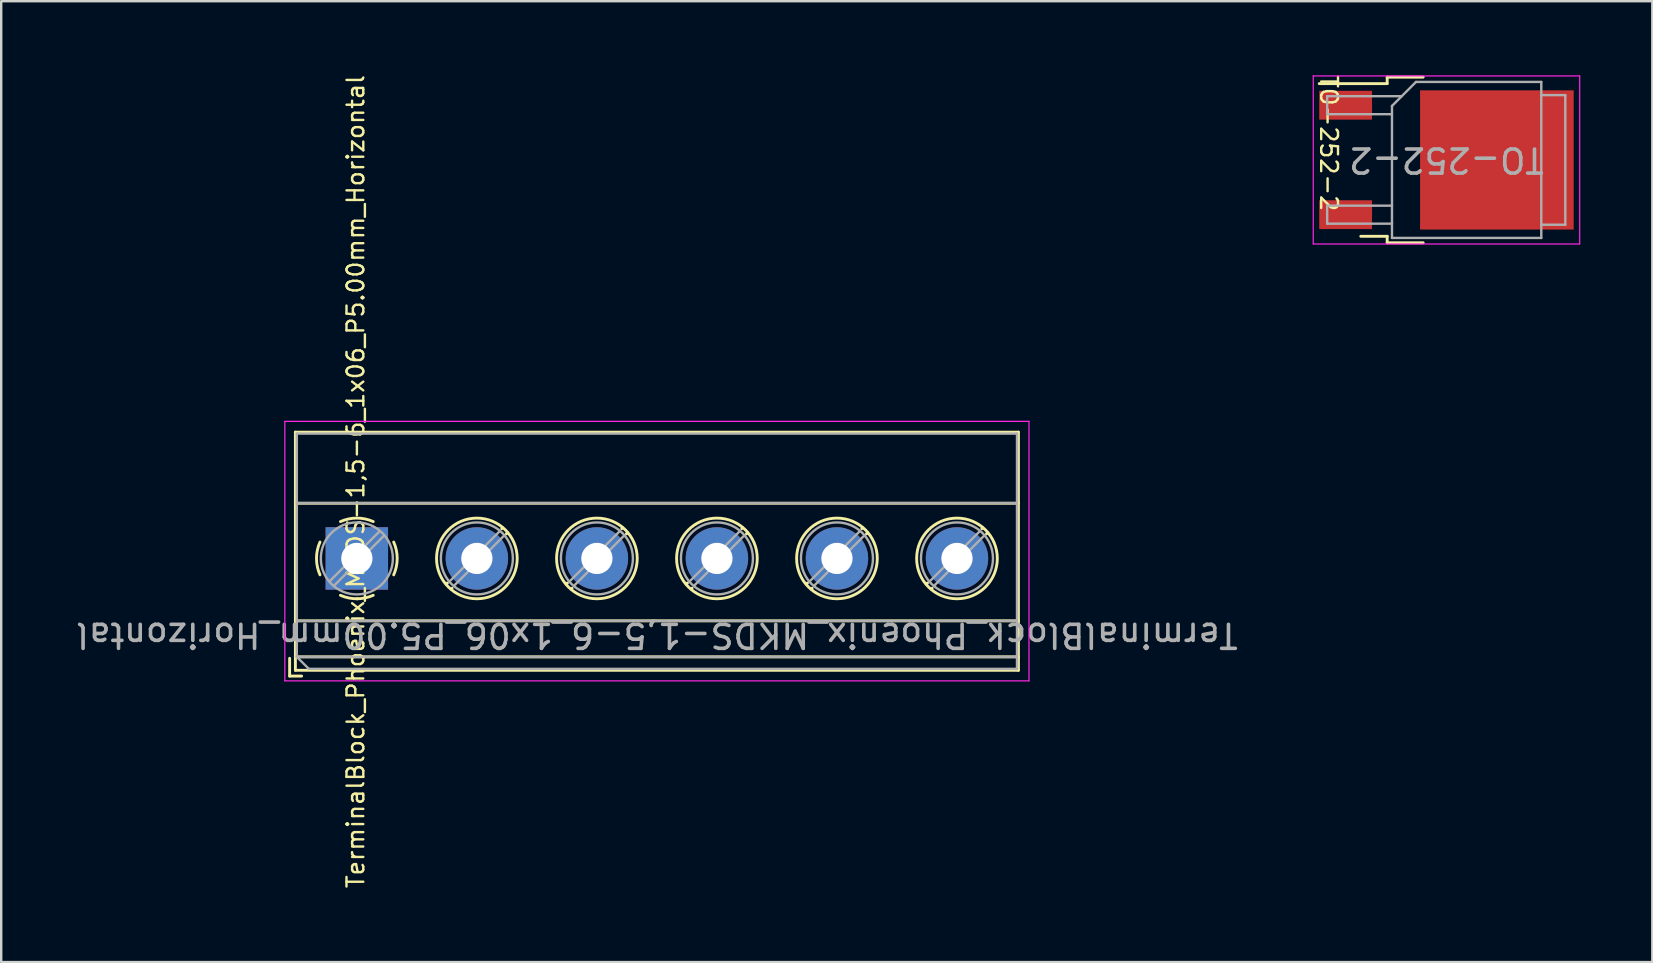
<source format=kicad_pcb>
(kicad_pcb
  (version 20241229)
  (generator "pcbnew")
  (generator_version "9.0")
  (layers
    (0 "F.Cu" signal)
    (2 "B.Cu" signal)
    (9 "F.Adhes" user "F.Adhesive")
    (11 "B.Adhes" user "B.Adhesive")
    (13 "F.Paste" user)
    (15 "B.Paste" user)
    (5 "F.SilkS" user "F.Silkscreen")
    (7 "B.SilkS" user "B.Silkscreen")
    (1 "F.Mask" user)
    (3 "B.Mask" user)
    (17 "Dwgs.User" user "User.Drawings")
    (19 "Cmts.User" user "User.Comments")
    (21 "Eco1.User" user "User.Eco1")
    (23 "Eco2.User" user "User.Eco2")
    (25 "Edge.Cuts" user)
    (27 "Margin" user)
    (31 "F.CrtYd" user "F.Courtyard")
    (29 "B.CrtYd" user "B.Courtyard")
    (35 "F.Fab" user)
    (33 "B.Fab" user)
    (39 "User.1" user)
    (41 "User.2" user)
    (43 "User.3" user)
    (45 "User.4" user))
  (footprint "TerminalBlock_Phoenix_MKDS-1,5-6_1x06_P5.00mm_Horizontal"
    (layer "F.Cu")
    (at 11.815 20.213)
    (property "Reference" "TerminalBlock_Phoenix_MKDS-1,5-6_1x06_P5.00mm_Horizontal" (at -0.05 -3.2 90) (unlocked yes) (layer "F.SilkS") (effects (font (size 0.7 0.7) (thickness 0.1))))
    (attr through_hole)
    (fp_line (start -2.8 4.16) (end -2.8 4.9) (stroke (width 0.12) (type solid)) (layer "F.SilkS"))
    (fp_line (start -2.8 4.9) (end -2.3 4.9) (stroke (width 0.12) (type solid)) (layer "F.SilkS"))
    (fp_line (start -2.56 -5.261) (end -2.56 4.66) (stroke (width 0.12) (type solid)) (layer "F.SilkS"))
    (fp_line (start -2.56 -5.261) (end 27.56 -5.261) (stroke (width 0.12) (type solid)) (layer "F.SilkS"))
    (fp_line (start -2.56 -2.301) (end 27.56 -2.301) (stroke (width 0.12) (type solid)) (layer "F.SilkS"))
    (fp_line (start -2.56 2.6) (end 27.56 2.6) (stroke (width 0.12) (type solid)) (layer "F.SilkS"))
    (fp_line (start -2.56 4.1) (end 27.56 4.1) (stroke (width 0.12) (type solid)) (layer "F.SilkS"))
    (fp_line (start -2.56 4.66) (end 27.56 4.66) (stroke (width 0.12) (type solid)) (layer "F.SilkS"))
    (fp_line (start 3.773 1.023) (end 3.726 1.069) (stroke (width 0.12) (type solid)) (layer "F.SilkS"))
    (fp_line (start 3.966 1.239) (end 3.931 1.274) (stroke (width 0.12) (type solid)) (layer "F.SilkS"))
    (fp_line (start 6.07 -1.275) (end 6.035 -1.239) (stroke (width 0.12) (type solid)) (layer "F.SilkS"))
    (fp_line (start 6.275 -1.069) (end 6.228 -1.023) (stroke (width 0.12) (type solid)) (layer "F.SilkS"))
    (fp_line (start 8.773 1.023) (end 8.726 1.069) (stroke (width 0.12) (type solid)) (layer "F.SilkS"))
    (fp_line (start 8.966 1.239) (end 8.931 1.274) (stroke (width 0.12) (type solid)) (layer "F.SilkS"))
    (fp_line (start 11.07 -1.275) (end 11.035 -1.239) (stroke (width 0.12) (type solid)) (layer "F.SilkS"))
    (fp_line (start 11.275 -1.069) (end 11.228 -1.023) (stroke (width 0.12) (type solid)) (layer "F.SilkS"))
    (fp_line (start 13.773 1.023) (end 13.726 1.069) (stroke (width 0.12) (type solid)) (layer "F.SilkS"))
    (fp_line (start 13.966 1.239) (end 13.931 1.274) (stroke (width 0.12) (type solid)) (layer "F.SilkS"))
    (fp_line (start 16.07 -1.275) (end 16.035 -1.239) (stroke (width 0.12) (type solid)) (layer "F.SilkS"))
    (fp_line (start 16.275 -1.069) (end 16.228 -1.023) (stroke (width 0.12) (type solid)) (layer "F.SilkS"))
    (fp_line (start 18.773 1.023) (end 18.726 1.069) (stroke (width 0.12) (type solid)) (layer "F.SilkS"))
    (fp_line (start 18.966 1.239) (end 18.931 1.274) (stroke (width 0.12) (type solid)) (layer "F.SilkS"))
    (fp_line (start 21.07 -1.275) (end 21.035 -1.239) (stroke (width 0.12) (type solid)) (layer "F.SilkS"))
    (fp_line (start 21.275 -1.069) (end 21.228 -1.023) (stroke (width 0.12) (type solid)) (layer "F.SilkS"))
    (fp_line (start 23.773 1.023) (end 23.726 1.069) (stroke (width 0.12) (type solid)) (layer "F.SilkS"))
    (fp_line (start 23.966 1.239) (end 23.931 1.274) (stroke (width 0.12) (type solid)) (layer "F.SilkS"))
    (fp_line (start 26.07 -1.275) (end 26.035 -1.239) (stroke (width 0.12) (type solid)) (layer "F.SilkS"))
    (fp_line (start 26.275 -1.069) (end 26.228 -1.023) (stroke (width 0.12) (type solid)) (layer "F.SilkS"))
    (fp_line (start 27.56 -5.261) (end 27.56 4.66) (stroke (width 0.12) (type solid)) (layer "F.SilkS"))
    (fp_arc (start -1.535427 0.683042) (mid -1.680501 -0.000524) (end -1.535 -0.684) (stroke (width 0.12) (type solid)) (layer "F.SilkS"))
    (fp_arc (start -0.683042 -1.535427) (mid 0.000524 -1.680501) (end 0.684 -1.535) (stroke (width 0.12) (type solid)) (layer "F.SilkS"))
    (fp_arc (start 0.028805 1.680253) (mid -0.335551 1.646659) (end -0.684 1.535) (stroke (width 0.12) (type solid)) (layer "F.SilkS"))
    (fp_arc (start 0.683318 1.534756) (mid 0.349292 1.643288) (end 0 1.68) (stroke (width 0.12) (type solid)) (layer "F.SilkS"))
    (fp_arc (start 1.535427 -0.683042) (mid 1.680501 0.000524) (end 1.535 0.684) (stroke (width 0.12) (type solid)) (layer "F.SilkS"))
    (fp_circle (center 5 0) (end 6.68 0) (stroke (width 0.12) (type solid)) (fill no) (layer "F.SilkS"))
    (fp_circle (center 10 0) (end 11.68 0) (stroke (width 0.12) (type solid)) (fill no) (layer "F.SilkS"))
    (fp_circle (center 15 0) (end 16.68 0) (stroke (width 0.12) (type solid)) (fill no) (layer "F.SilkS"))
    (fp_circle (center 20 0) (end 21.68 0) (stroke (width 0.12) (type solid)) (fill no) (layer "F.SilkS"))
    (fp_circle (center 25 0) (end 26.68 0) (stroke (width 0.12) (type solid)) (fill no) (layer "F.SilkS"))
    (fp_line (start -3 -5.71) (end -3 5.1) (stroke (width 0.05) (type solid)) (layer "F.CrtYd"))
    (fp_line (start -3 5.1) (end 28 5.1) (stroke (width 0.05) (type solid)) (layer "F.CrtYd"))
    (fp_line (start 28 -5.71) (end -3 -5.71) (stroke (width 0.05) (type solid)) (layer "F.CrtYd"))
    (fp_line (start 28 5.1) (end 28 -5.71) (stroke (width 0.05) (type solid)) (layer "F.CrtYd"))
    (fp_line (start -2.5 -5.2) (end 27.5 -5.2) (stroke (width 0.1) (type solid)) (layer "F.Fab"))
    (fp_line (start -2.5 -2.3) (end 27.5 -2.3) (stroke (width 0.1) (type solid)) (layer "F.Fab"))
    (fp_line (start -2.5 2.6) (end 27.5 2.6) (stroke (width 0.1) (type solid)) (layer "F.Fab"))
    (fp_line (start -2.5 4.1) (end -2.5 -5.2) (stroke (width 0.1) (type solid)) (layer "F.Fab"))
    (fp_line (start -2.5 4.1) (end 27.5 4.1) (stroke (width 0.1) (type solid)) (layer "F.Fab"))
    (fp_line (start -2 4.6) (end -2.5 4.1) (stroke (width 0.1) (type solid)) (layer "F.Fab"))
    (fp_line (start 0.955 -1.138) (end -1.138 0.955) (stroke (width 0.1) (type solid)) (layer "F.Fab"))
    (fp_line (start 1.138 -0.955) (end -0.955 1.138) (stroke (width 0.1) (type solid)) (layer "F.Fab"))
    (fp_line (start 5.955 -1.138) (end 3.863 0.955) (stroke (width 0.1) (type solid)) (layer "F.Fab"))
    (fp_line (start 6.138 -0.955) (end 4.046 1.138) (stroke (width 0.1) (type solid)) (layer "F.Fab"))
    (fp_line (start 10.955 -1.138) (end 8.863 0.955) (stroke (width 0.1) (type solid)) (layer "F.Fab"))
    (fp_line (start 11.138 -0.955) (end 9.046 1.138) (stroke (width 0.1) (type solid)) (layer "F.Fab"))
    (fp_line (start 15.955 -1.138) (end 13.863 0.955) (stroke (width 0.1) (type solid)) (layer "F.Fab"))
    (fp_line (start 16.138 -0.955) (end 14.046 1.138) (stroke (width 0.1) (type solid)) (layer "F.Fab"))
    (fp_line (start 20.955 -1.138) (end 18.863 0.955) (stroke (width 0.1) (type solid)) (layer "F.Fab"))
    (fp_line (start 21.138 -0.955) (end 19.046 1.138) (stroke (width 0.1) (type solid)) (layer "F.Fab"))
    (fp_line (start 25.955 -1.138) (end 23.863 0.955) (stroke (width 0.1) (type solid)) (layer "F.Fab"))
    (fp_line (start 26.138 -0.955) (end 24.046 1.138) (stroke (width 0.1) (type solid)) (layer "F.Fab"))
    (fp_line (start 27.5 -5.2) (end 27.5 4.6) (stroke (width 0.1) (type solid)) (layer "F.Fab"))
    (fp_line (start 27.5 4.6) (end -2 4.6) (stroke (width 0.1) (type solid)) (layer "F.Fab"))
    (fp_circle (center 0 0) (end 1.5 0) (stroke (width 0.1) (type solid)) (fill no) (layer "F.Fab"))
    (fp_circle (center 5 0) (end 6.5 0) (stroke (width 0.1) (type solid)) (fill no) (layer "F.Fab"))
    (fp_circle (center 10 0) (end 11.5 0) (stroke (width 0.1) (type solid)) (fill no) (layer "F.Fab"))
    (fp_circle (center 15 0) (end 16.5 0) (stroke (width 0.1) (type solid)) (fill no) (layer "F.Fab"))
    (fp_circle (center 20 0) (end 21.5 0) (stroke (width 0.1) (type solid)) (fill no) (layer "F.Fab"))
    (fp_circle (center 25 0) (end 26.5 0) (stroke (width 0.1) (type solid)) (fill no) (layer "F.Fab"))
    (fp_text user "${REFERENCE}" (at 12.5 3.2 180) (unlocked yes) (layer "F.Fab") (effects (font (size 1 1) (thickness 0.15))))
    (pad "1" thru_hole rect (at 0 0) (size 2.6 2.6) (drill 1.3) (layers "*.Cu" "*.Mask"))
    (pad "2" thru_hole circle (at 5 0) (size 2.6 2.6) (drill 1.3) (layers "*.Cu" "*.Mask"))
    (pad "3" thru_hole circle (at 10 0) (size 2.6 2.6) (drill 1.3) (layers "*.Cu" "*.Mask"))
    (pad "4" thru_hole circle (at 15 0) (size 2.6 2.6) (drill 1.3) (layers "*.Cu" "*.Mask"))
    (pad "5" thru_hole circle (at 20 0) (size 2.6 2.6) (drill 1.3) (layers "*.Cu" "*.Mask"))
    (pad "6" thru_hole circle (at 25 0) (size 2.6 2.6) (drill 1.3) (layers "*.Cu" "*.Mask")))
  (footprint "TO-252-2"
    (layer "F.Cu")
    (at 57.206 3.613)
    (property "Reference" "TO-252-2" (at -4.9 -0.7 270) (unlocked yes) (layer "F.SilkS") (effects (font (size 0.7 0.7) (thickness 0.1))))
    (attr smd)
    (fp_line (start -2.47 -3.45) (end -2.47 -3.18) (stroke (width 0.12) (type solid)) (layer "F.SilkS"))
    (fp_line (start -2.47 -3.18) (end -5.3 -3.18) (stroke (width 0.12) (type solid)) (layer "F.SilkS"))
    (fp_line (start -2.47 3.18) (end -3.57 3.18) (stroke (width 0.12) (type solid)) (layer "F.SilkS"))
    (fp_line (start -2.47 3.45) (end -2.47 3.18) (stroke (width 0.12) (type solid)) (layer "F.SilkS"))
    (fp_line (start -0.97 -3.45) (end -2.47 -3.45) (stroke (width 0.12) (type solid)) (layer "F.SilkS"))
    (fp_line (start -0.97 3.45) (end -2.47 3.45) (stroke (width 0.12) (type solid)) (layer "F.SilkS"))
    (fp_line (start -5.55 -3.5) (end -5.55 3.5) (stroke (width 0.05) (type solid)) (layer "F.CrtYd"))
    (fp_line (start -5.55 3.5) (end 5.55 3.5) (stroke (width 0.05) (type solid)) (layer "F.CrtYd"))
    (fp_line (start 5.55 -3.5) (end -5.55 -3.5) (stroke (width 0.05) (type solid)) (layer "F.CrtYd"))
    (fp_line (start 5.55 3.5) (end 5.55 -3.5) (stroke (width 0.05) (type solid)) (layer "F.CrtYd"))
    (fp_line (start -4.97 -2.655) (end -4.97 -1.905) (stroke (width 0.1) (type solid)) (layer "F.Fab"))
    (fp_line (start -4.97 -1.905) (end -2.27 -1.905) (stroke (width 0.1) (type solid)) (layer "F.Fab"))
    (fp_line (start -4.97 1.905) (end -4.97 2.655) (stroke (width 0.1) (type solid)) (layer "F.Fab"))
    (fp_line (start -4.97 2.655) (end -2.27 2.655) (stroke (width 0.1) (type solid)) (layer "F.Fab"))
    (fp_line (start -2.27 -2.25) (end -1.27 -3.25) (stroke (width 0.1) (type solid)) (layer "F.Fab"))
    (fp_line (start -2.27 1.905) (end -4.97 1.905) (stroke (width 0.1) (type solid)) (layer "F.Fab"))
    (fp_line (start -2.27 3.25) (end -2.27 -2.25) (stroke (width 0.1) (type solid)) (layer "F.Fab"))
    (fp_line (start -1.865 -2.655) (end -4.97 -2.655) (stroke (width 0.1) (type solid)) (layer "F.Fab"))
    (fp_line (start -1.27 -3.25) (end 3.95 -3.25) (stroke (width 0.1) (type solid)) (layer "F.Fab"))
    (fp_line (start 3.95 -3.25) (end 3.95 3.25) (stroke (width 0.1) (type solid)) (layer "F.Fab"))
    (fp_line (start 3.95 -2.7) (end 4.95 -2.7) (stroke (width 0.1) (type solid)) (layer "F.Fab"))
    (fp_line (start 3.95 3.25) (end -2.27 3.25) (stroke (width 0.1) (type solid)) (layer "F.Fab"))
    (fp_line (start 4.95 -2.7) (end 4.95 2.7) (stroke (width 0.1) (type solid)) (layer "F.Fab"))
    (fp_line (start 4.95 2.7) (end 3.95 2.7) (stroke (width 0.1) (type solid)) (layer "F.Fab"))
    (fp_text user "${REFERENCE}" (at 0 0 180) (unlocked yes) (layer "F.Fab") (effects (font (size 1 1) (thickness 0.15))))
    (pad "" smd rect (at 0.425 -1.525) (size 3.05 2.75) (layers "F.Paste"))
    (pad "" smd rect (at 0.425 1.525) (size 3.05 2.75) (layers "F.Paste"))
    (pad "" smd rect (at 3.775 -1.525) (size 3.05 2.75) (layers "F.Paste"))
    (pad "" smd rect (at 3.775 1.525) (size 3.05 2.75) (layers "F.Paste"))
    (pad "1" smd rect (at -4.2 -2.28) (size 2.2 1.2) (layers "F.Cu" "F.Mask" "F.Paste"))
    (pad "2" smd rect (at 2.1 0) (size 6.4 5.8) (layers "F.Cu" "F.Mask"))
    (pad "3" smd rect (at -4.2 2.28) (size 2.2 1.2) (layers "F.Cu" "F.Mask" "F.Paste")))
  (gr_rect
    (start -3 -3)
    (end 65.781 37.027)
    (stroke (width 0.1) (type default))
    (fill no)
    (layer "Edge.Cuts")))
</source>
